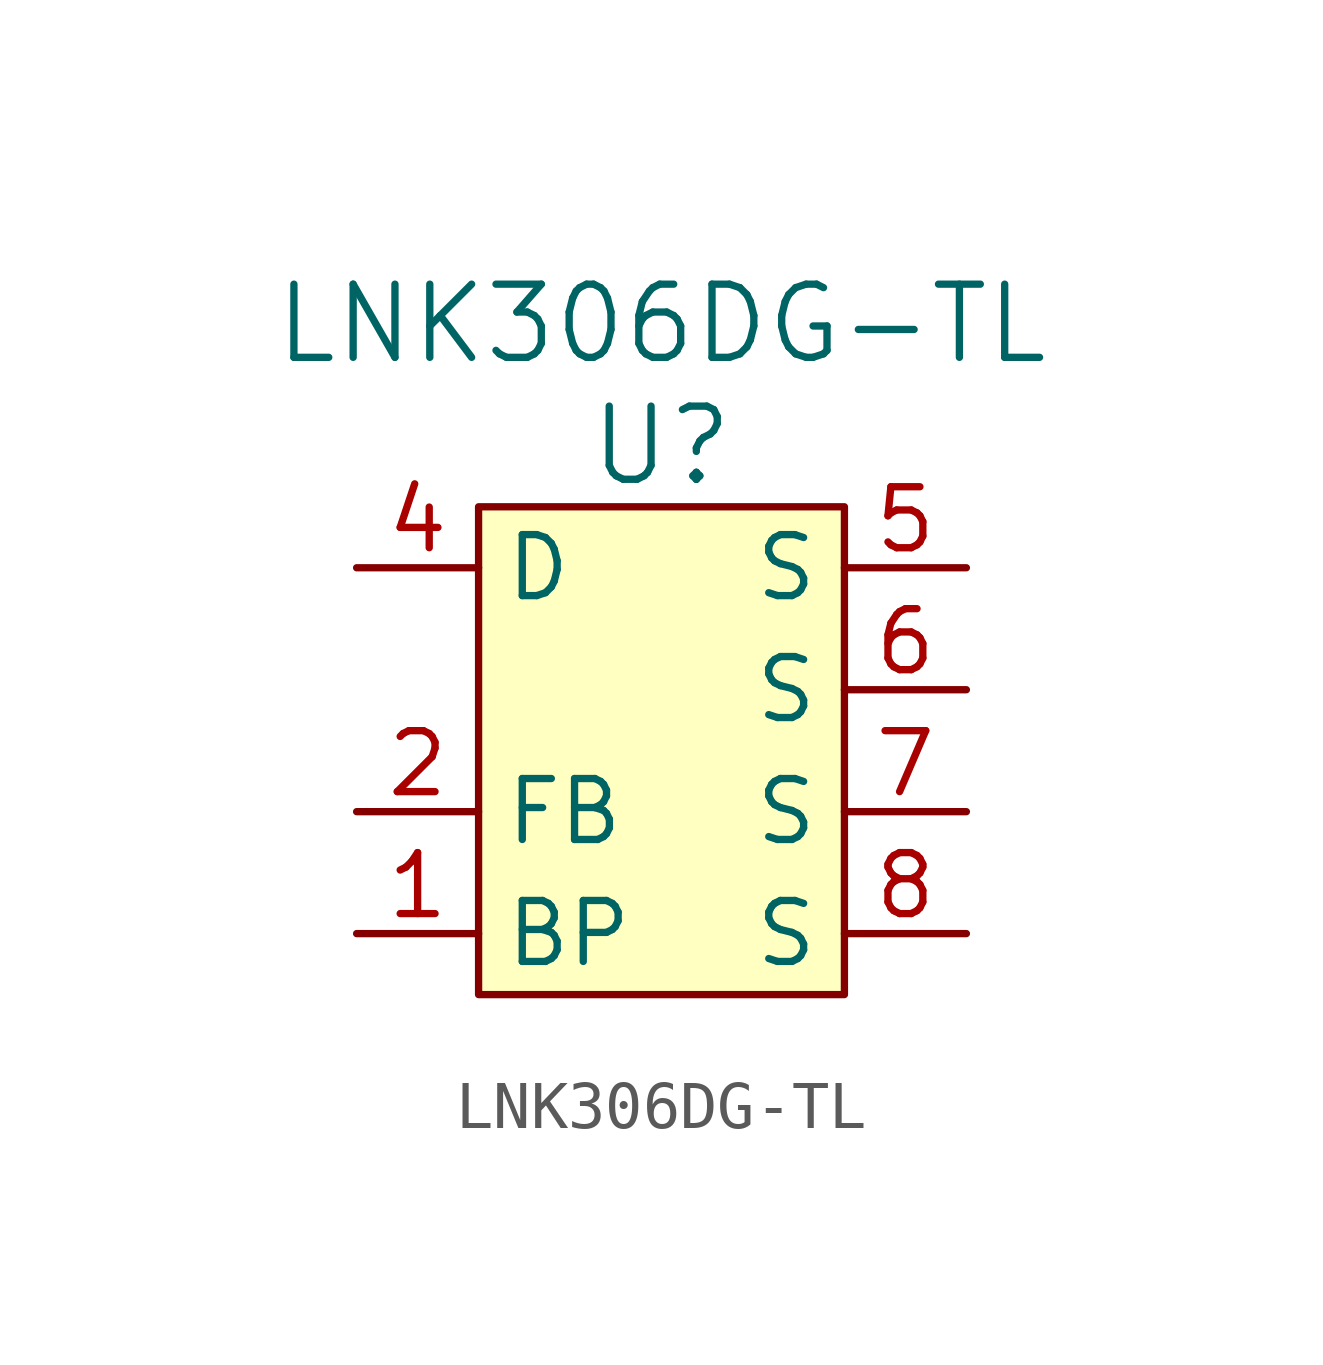
<source format=kicad_sym>
(kicad_symbol_lib
  (version 20211014)
  (generator kicad_symbol_editor)
  (symbol "LNK306DG-TL"
    (property "Reference" "U"
      (at 1.27 5.08 0)
      (effects (font (size 1.524 1.524))))
    (property "Value" "LNK306DG-TL"
      (at 1.27 7.62 0)
      (effects (font (size 1.524 1.524))))
    (symbol "LNK306DG-TL_0_1"
      (rectangle (start -2.54 3.81) (end 5.08 -6.35) (stroke (width 0) (type default) (color 0 0 0 0)) (fill (type background))))
    (symbol "LNK306DG-TL_1_1"
      (pin passive line (at -5.08 -5.08 0) (length 2.54) (name "BP" (effects (font (size 1.27 1.27)))) (number "1" (effects (font (size 1.27 1.27)))))
      (pin input line (at -5.08 -2.54 0) (length 2.54) (name "FB" (effects (font (size 1.27 1.27)))) (number "2" (effects (font (size 1.27 1.27)))))
      (pin passive line (at -5.08 2.54 0) (length 2.54) (name "D" (effects (font (size 1.27 1.27)))) (number "4" (effects (font (size 1.27 1.27)))))
      (pin passive line (at 7.62 2.54 180) (length 2.54) (name "S" (effects (font (size 1.27 1.27)))) (number "5" (effects (font (size 1.27 1.27)))))
      (pin passive line (at 7.62 0 180) (length 2.54) (name "S" (effects (font (size 1.27 1.27)))) (number "6" (effects (font (size 1.27 1.27)))))
      (pin passive line (at 7.62 -2.54 180) (length 2.54) (name "S" (effects (font (size 1.27 1.27)))) (number "7" (effects (font (size 1.27 1.27)))))
      (pin passive line (at 7.62 -5.08 180) (length 2.54) (name "S" (effects (font (size 1.27 1.27)))) (number "8" (effects (font (size 1.27 1.27))))))))
</source>
